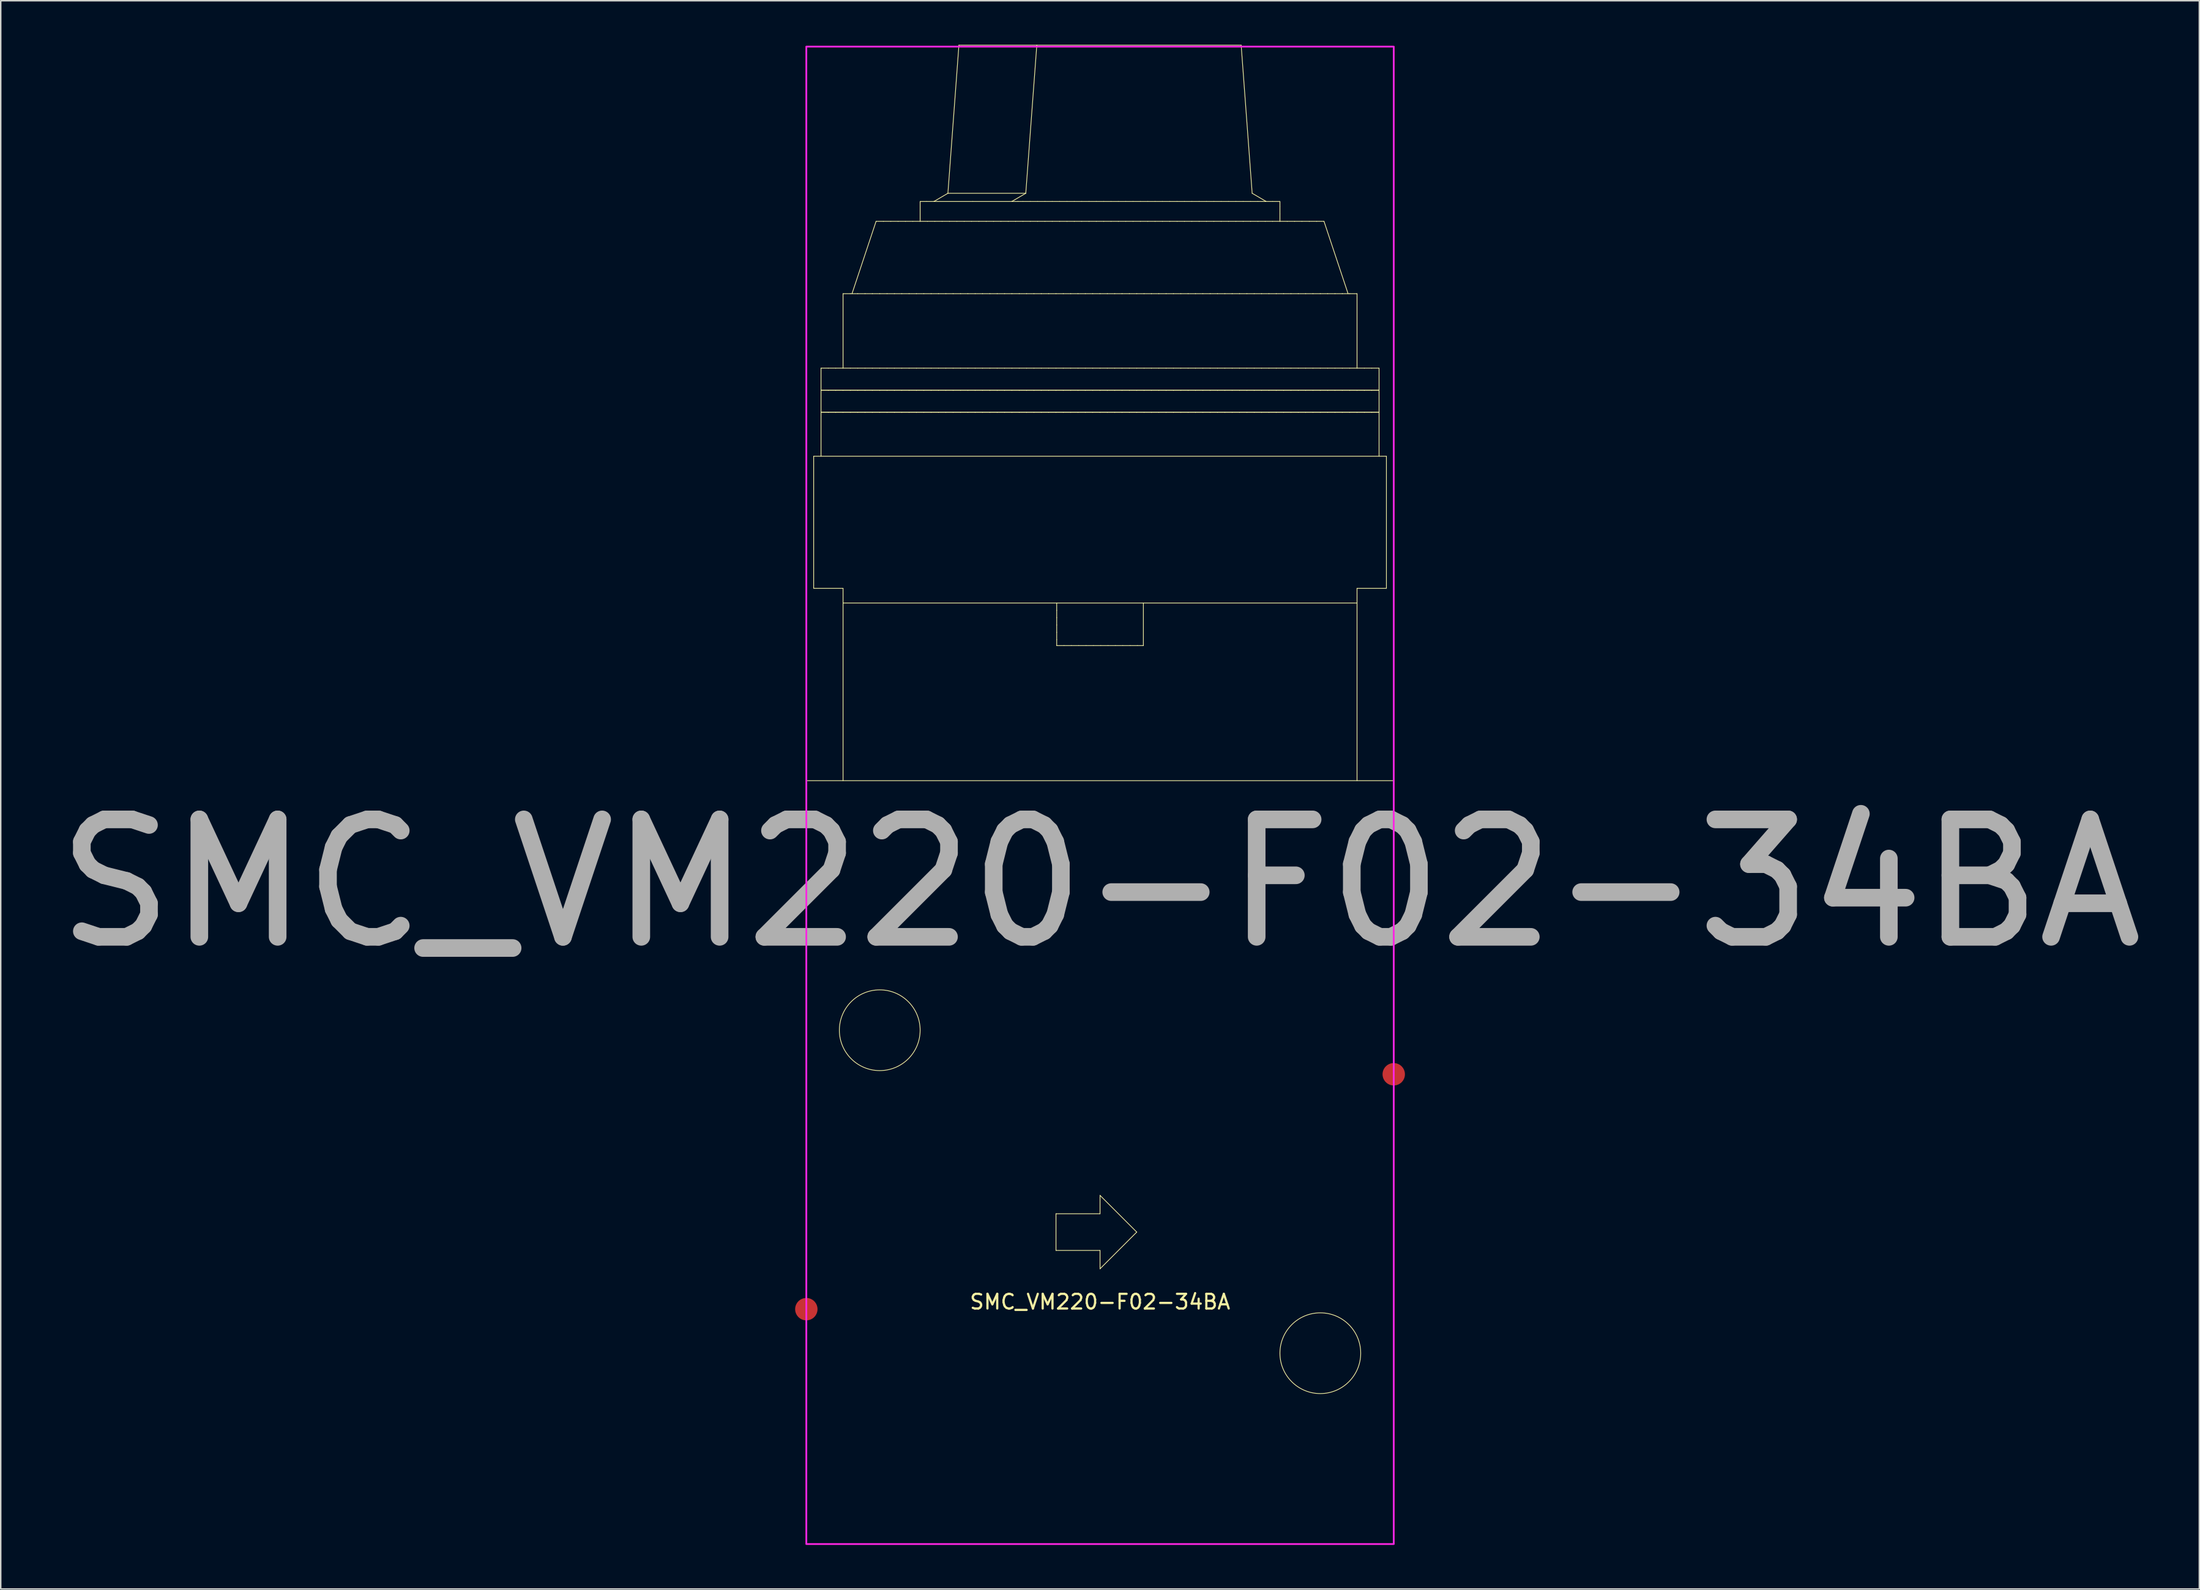
<source format=kicad_pcb>
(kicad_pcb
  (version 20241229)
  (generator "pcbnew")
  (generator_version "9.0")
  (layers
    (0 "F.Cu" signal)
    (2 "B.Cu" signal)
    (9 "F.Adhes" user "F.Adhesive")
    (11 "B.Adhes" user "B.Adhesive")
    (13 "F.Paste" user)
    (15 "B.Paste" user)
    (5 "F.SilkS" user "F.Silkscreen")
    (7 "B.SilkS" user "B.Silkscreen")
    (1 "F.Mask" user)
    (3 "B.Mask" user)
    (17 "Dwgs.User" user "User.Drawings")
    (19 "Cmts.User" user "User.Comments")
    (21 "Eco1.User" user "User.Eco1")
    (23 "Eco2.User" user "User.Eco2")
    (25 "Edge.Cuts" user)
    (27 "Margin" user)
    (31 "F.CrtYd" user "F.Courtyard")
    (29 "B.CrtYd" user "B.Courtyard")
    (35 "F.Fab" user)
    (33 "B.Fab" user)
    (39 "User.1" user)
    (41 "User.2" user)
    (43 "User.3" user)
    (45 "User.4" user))
  (footprint "SMC_VM220-F02-34BA"
    (layer "F.Cu")
    (at 71.857 86.125)
    (property "Reference" "SMC_VM220-F02-34BA" (at 0 -0.5 0) (unlocked yes) (layer "F.SilkS") (effects (font (size 1 1) (thickness 0.15))))
    (fp_line (start -20 -36) (end -20 16) (stroke (width 0.05) (type solid)) (layer "F.SilkS"))
    (fp_line (start -20 16) (end 20 16) (stroke (width 0.05) (type solid)) (layer "F.SilkS"))
    (fp_line (start -19.5 -58.1) (end -19.5 -49.1) (stroke (width 0.05) (type solid)) (layer "F.SilkS"))
    (fp_line (start -19.5 -49.1) (end -17.5 -49.1) (stroke (width 0.05) (type solid)) (layer "F.SilkS"))
    (fp_line (start -19 -62.6) (end -19 -64.1) (stroke (width 0.05) (type solid)) (layer "F.SilkS"))
    (fp_line (start -19 -61.1) (end -19 -62.6) (stroke (width 0.05) (type solid)) (layer "F.SilkS"))
    (fp_line (start -19 -58.1) (end -19 -61.1) (stroke (width 0.05) (type solid)) (layer "F.SilkS"))
    (fp_line (start -18.5 -64.1) (end -19 -64.1) (stroke (width 0.05) (type solid)) (layer "F.SilkS"))
    (fp_line (start -18.5 -62.6) (end -19 -62.6) (stroke (width 0.05) (type solid)) (layer "F.SilkS"))
    (fp_line (start -18.5 -62.6) (end -19 -62.6) (stroke (width 0.05) (type solid)) (layer "F.SilkS"))
    (fp_line (start -18.5 -61.1) (end -19 -61.1) (stroke (width 0.05) (type solid)) (layer "F.SilkS"))
    (fp_line (start -18.5 -61.1) (end -19 -61.1) (stroke (width 0.05) (type solid)) (layer "F.SilkS"))
    (fp_line (start -18 -64.1) (end -18.5 -64.1) (stroke (width 0.05) (type solid)) (layer "F.SilkS"))
    (fp_line (start -18 -62.6) (end -18.5 -62.6) (stroke (width 0.05) (type solid)) (layer "F.SilkS"))
    (fp_line (start -18 -62.6) (end -18.5 -62.6) (stroke (width 0.05) (type solid)) (layer "F.SilkS"))
    (fp_line (start -18 -61.1) (end -18.5 -61.1) (stroke (width 0.05) (type solid)) (layer "F.SilkS"))
    (fp_line (start -18 -61.1) (end -18.5 -61.1) (stroke (width 0.05) (type solid)) (layer "F.SilkS"))
    (fp_line (start -17.5 -64.1) (end -18 -64.1) (stroke (width 0.05) (type solid)) (layer "F.SilkS"))
    (fp_line (start -17.5 -64.1) (end -17.5 -69.17) (stroke (width 0.05) (type solid)) (layer "F.SilkS"))
    (fp_line (start -17.5 -62.6) (end -18 -62.6) (stroke (width 0.05) (type solid)) (layer "F.SilkS"))
    (fp_line (start -17.5 -62.6) (end -18 -62.6) (stroke (width 0.05) (type solid)) (layer "F.SilkS"))
    (fp_line (start -17.5 -61.1) (end -18 -61.1) (stroke (width 0.05) (type solid)) (layer "F.SilkS"))
    (fp_line (start -17.5 -61.1) (end -18 -61.1) (stroke (width 0.05) (type solid)) (layer "F.SilkS"))
    (fp_line (start -17.5 -48.1) (end -17.5 -49.1) (stroke (width 0.05) (type solid)) (layer "F.SilkS"))
    (fp_line (start -17.5 -48.1) (end 17.5 -48.1) (stroke (width 0.05) (type solid)) (layer "F.SilkS"))
    (fp_line (start -17.5 -36) (end -17.5 -48.1) (stroke (width 0.05) (type solid)) (layer "F.SilkS"))
    (fp_line (start -17 -69.17) (end -17.5 -69.17) (stroke (width 0.05) (type solid)) (layer "F.SilkS"))
    (fp_line (start -17 -64.1) (end -17.5 -64.1) (stroke (width 0.05) (type solid)) (layer "F.SilkS"))
    (fp_line (start -17 -62.6) (end -17.5 -62.6) (stroke (width 0.05) (type solid)) (layer "F.SilkS"))
    (fp_line (start -17 -62.6) (end -17.5 -62.6) (stroke (width 0.05) (type solid)) (layer "F.SilkS"))
    (fp_line (start -17 -61.1) (end -17.5 -61.1) (stroke (width 0.05) (type solid)) (layer "F.SilkS"))
    (fp_line (start -17 -61.1) (end -17.5 -61.1) (stroke (width 0.05) (type solid)) (layer "F.SilkS"))
    (fp_line (start -16.5 -69.17) (end -17 -69.17) (stroke (width 0.05) (type solid)) (layer "F.SilkS"))
    (fp_line (start -16.5 -64.1) (end -17 -64.1) (stroke (width 0.05) (type solid)) (layer "F.SilkS"))
    (fp_line (start -16.5 -62.6) (end -17 -62.6) (stroke (width 0.05) (type solid)) (layer "F.SilkS"))
    (fp_line (start -16.5 -62.6) (end -17 -62.6) (stroke (width 0.05) (type solid)) (layer "F.SilkS"))
    (fp_line (start -16.5 -61.1) (end -17 -61.1) (stroke (width 0.05) (type solid)) (layer "F.SilkS"))
    (fp_line (start -16.5 -61.1) (end -17 -61.1) (stroke (width 0.05) (type solid)) (layer "F.SilkS"))
    (fp_line (start -16 -69.17) (end -16.5 -69.17) (stroke (width 0.05) (type solid)) (layer "F.SilkS"))
    (fp_line (start -16 -64.1) (end -16.5 -64.1) (stroke (width 0.05) (type solid)) (layer "F.SilkS"))
    (fp_line (start -16 -62.6) (end -16.5 -62.6) (stroke (width 0.05) (type solid)) (layer "F.SilkS"))
    (fp_line (start -16 -62.6) (end -16.5 -62.6) (stroke (width 0.05) (type solid)) (layer "F.SilkS"))
    (fp_line (start -16 -61.1) (end -16.5 -61.1) (stroke (width 0.05) (type solid)) (layer "F.SilkS"))
    (fp_line (start -16 -61.1) (end -16.5 -61.1) (stroke (width 0.05) (type solid)) (layer "F.SilkS"))
    (fp_line (start -15.5 -69.17) (end -16 -69.17) (stroke (width 0.05) (type solid)) (layer "F.SilkS"))
    (fp_line (start -15.5 -64.1) (end -16 -64.1) (stroke (width 0.05) (type solid)) (layer "F.SilkS"))
    (fp_line (start -15.5 -62.6) (end -16 -62.6) (stroke (width 0.05) (type solid)) (layer "F.SilkS"))
    (fp_line (start -15.5 -62.6) (end -16 -62.6) (stroke (width 0.05) (type solid)) (layer "F.SilkS"))
    (fp_line (start -15.5 -61.1) (end -16 -61.1) (stroke (width 0.05) (type solid)) (layer "F.SilkS"))
    (fp_line (start -15.5 -61.1) (end -16 -61.1) (stroke (width 0.05) (type solid)) (layer "F.SilkS"))
    (fp_line (start -15.25 -74.1) (end -16.89 -69.17) (stroke (width 0.05) (type solid)) (layer "F.SilkS"))
    (fp_line (start -15 -69.17) (end -15.5 -69.17) (stroke (width 0.05) (type solid)) (layer "F.SilkS"))
    (fp_line (start -15 -64.1) (end -15.5 -64.1) (stroke (width 0.05) (type solid)) (layer "F.SilkS"))
    (fp_line (start -15 -62.6) (end -15.5 -62.6) (stroke (width 0.05) (type solid)) (layer "F.SilkS"))
    (fp_line (start -15 -62.6) (end -15.5 -62.6) (stroke (width 0.05) (type solid)) (layer "F.SilkS"))
    (fp_line (start -15 -61.1) (end -15.5 -61.1) (stroke (width 0.05) (type solid)) (layer "F.SilkS"))
    (fp_line (start -15 -61.1) (end -15.5 -61.1) (stroke (width 0.05) (type solid)) (layer "F.SilkS"))
    (fp_line (start -14.75 -74.1) (end -15.25 -74.1) (stroke (width 0.05) (type solid)) (layer "F.SilkS"))
    (fp_line (start -14.5 -69.17) (end -15 -69.17) (stroke (width 0.05) (type solid)) (layer "F.SilkS"))
    (fp_line (start -14.5 -64.1) (end -15 -64.1) (stroke (width 0.05) (type solid)) (layer "F.SilkS"))
    (fp_line (start -14.5 -62.6) (end -15 -62.6) (stroke (width 0.05) (type solid)) (layer "F.SilkS"))
    (fp_line (start -14.5 -62.6) (end -15 -62.6) (stroke (width 0.05) (type solid)) (layer "F.SilkS"))
    (fp_line (start -14.5 -61.1) (end -15 -61.1) (stroke (width 0.05) (type solid)) (layer "F.SilkS"))
    (fp_line (start -14.5 -61.1) (end -15 -61.1) (stroke (width 0.05) (type solid)) (layer "F.SilkS"))
    (fp_line (start -14.25 -74.1) (end -14.75 -74.1) (stroke (width 0.05) (type solid)) (layer "F.SilkS"))
    (fp_line (start -14 -69.17) (end -14.5 -69.17) (stroke (width 0.05) (type solid)) (layer "F.SilkS"))
    (fp_line (start -14 -64.1) (end -14.5 -64.1) (stroke (width 0.05) (type solid)) (layer "F.SilkS"))
    (fp_line (start -14 -62.6) (end -14.5 -62.6) (stroke (width 0.05) (type solid)) (layer "F.SilkS"))
    (fp_line (start -14 -62.6) (end -14.5 -62.6) (stroke (width 0.05) (type solid)) (layer "F.SilkS"))
    (fp_line (start -14 -61.1) (end -14.5 -61.1) (stroke (width 0.05) (type solid)) (layer "F.SilkS"))
    (fp_line (start -14 -61.1) (end -14.5 -61.1) (stroke (width 0.05) (type solid)) (layer "F.SilkS"))
    (fp_line (start -13.75 -74.1) (end -14.25 -74.1) (stroke (width 0.05) (type solid)) (layer "F.SilkS"))
    (fp_line (start -13.5 -69.17) (end -14 -69.17) (stroke (width 0.05) (type solid)) (layer "F.SilkS"))
    (fp_line (start -13.5 -64.1) (end -14 -64.1) (stroke (width 0.05) (type solid)) (layer "F.SilkS"))
    (fp_line (start -13.5 -62.6) (end -14 -62.6) (stroke (width 0.05) (type solid)) (layer "F.SilkS"))
    (fp_line (start -13.5 -62.6) (end -14 -62.6) (stroke (width 0.05) (type solid)) (layer "F.SilkS"))
    (fp_line (start -13.5 -61.1) (end -14 -61.1) (stroke (width 0.05) (type solid)) (layer "F.SilkS"))
    (fp_line (start -13.5 -61.1) (end -14 -61.1) (stroke (width 0.05) (type solid)) (layer "F.SilkS"))
    (fp_line (start -13.25 -74.1) (end -13.75 -74.1) (stroke (width 0.05) (type solid)) (layer "F.SilkS"))
    (fp_line (start -13 -69.17) (end -13.5 -69.17) (stroke (width 0.05) (type solid)) (layer "F.SilkS"))
    (fp_line (start -13 -64.1) (end -13.5 -64.1) (stroke (width 0.05) (type solid)) (layer "F.SilkS"))
    (fp_line (start -13 -62.6) (end -13.5 -62.6) (stroke (width 0.05) (type solid)) (layer "F.SilkS"))
    (fp_line (start -13 -62.6) (end -13.5 -62.6) (stroke (width 0.05) (type solid)) (layer "F.SilkS"))
    (fp_line (start -13 -61.1) (end -13.5 -61.1) (stroke (width 0.05) (type solid)) (layer "F.SilkS"))
    (fp_line (start -13 -61.1) (end -13.5 -61.1) (stroke (width 0.05) (type solid)) (layer "F.SilkS"))
    (fp_line (start -12.75 -74.1) (end -13.25 -74.1) (stroke (width 0.05) (type solid)) (layer "F.SilkS"))
    (fp_line (start -12.5 -69.17) (end -13 -69.17) (stroke (width 0.05) (type solid)) (layer "F.SilkS"))
    (fp_line (start -12.5 -64.1) (end -13 -64.1) (stroke (width 0.05) (type solid)) (layer "F.SilkS"))
    (fp_line (start -12.5 -62.6) (end -13 -62.6) (stroke (width 0.05) (type solid)) (layer "F.SilkS"))
    (fp_line (start -12.5 -62.6) (end -13 -62.6) (stroke (width 0.05) (type solid)) (layer "F.SilkS"))
    (fp_line (start -12.5 -61.1) (end -13 -61.1) (stroke (width 0.05) (type solid)) (layer "F.SilkS"))
    (fp_line (start -12.5 -61.1) (end -13 -61.1) (stroke (width 0.05) (type solid)) (layer "F.SilkS"))
    (fp_line (start -12.25 -74.1) (end -12.75 -74.1) (stroke (width 0.05) (type solid)) (layer "F.SilkS"))
    (fp_line (start -12.25 -74.1) (end -12.25 -75.45) (stroke (width 0.05) (type solid)) (layer "F.SilkS"))
    (fp_line (start -12 -69.17) (end -12.5 -69.17) (stroke (width 0.05) (type solid)) (layer "F.SilkS"))
    (fp_line (start -12 -64.1) (end -12.5 -64.1) (stroke (width 0.05) (type solid)) (layer "F.SilkS"))
    (fp_line (start -12 -62.6) (end -12.5 -62.6) (stroke (width 0.05) (type solid)) (layer "F.SilkS"))
    (fp_line (start -12 -62.6) (end -12.5 -62.6) (stroke (width 0.05) (type solid)) (layer "F.SilkS"))
    (fp_line (start -12 -61.1) (end -12.5 -61.1) (stroke (width 0.05) (type solid)) (layer "F.SilkS"))
    (fp_line (start -12 -61.1) (end -12.5 -61.1) (stroke (width 0.05) (type solid)) (layer "F.SilkS"))
    (fp_line (start -11.814 -75.45) (end -12.25 -75.45) (stroke (width 0.05) (type solid)) (layer "F.SilkS"))
    (fp_line (start -11.75 -74.1) (end -12.25 -74.1) (stroke (width 0.05) (type solid)) (layer "F.SilkS"))
    (fp_line (start -11.5 -69.17) (end -12 -69.17) (stroke (width 0.05) (type solid)) (layer "F.SilkS"))
    (fp_line (start -11.5 -64.1) (end -12 -64.1) (stroke (width 0.05) (type solid)) (layer "F.SilkS"))
    (fp_line (start -11.5 -62.6) (end -12 -62.6) (stroke (width 0.05) (type solid)) (layer "F.SilkS"))
    (fp_line (start -11.5 -62.6) (end -12 -62.6) (stroke (width 0.05) (type solid)) (layer "F.SilkS"))
    (fp_line (start -11.5 -61.1) (end -12 -61.1) (stroke (width 0.05) (type solid)) (layer "F.SilkS"))
    (fp_line (start -11.5 -61.1) (end -12 -61.1) (stroke (width 0.05) (type solid)) (layer "F.SilkS"))
    (fp_line (start -11.314 -75.45) (end -11.814 -75.45) (stroke (width 0.05) (type solid)) (layer "F.SilkS"))
    (fp_line (start -11.25 -74.1) (end -11.75 -74.1) (stroke (width 0.05) (type solid)) (layer "F.SilkS"))
    (fp_line (start -11 -69.17) (end -11.5 -69.17) (stroke (width 0.05) (type solid)) (layer "F.SilkS"))
    (fp_line (start -11 -64.1) (end -11.5 -64.1) (stroke (width 0.05) (type solid)) (layer "F.SilkS"))
    (fp_line (start -11 -62.6) (end -11.5 -62.6) (stroke (width 0.05) (type solid)) (layer "F.SilkS"))
    (fp_line (start -11 -62.6) (end -11.5 -62.6) (stroke (width 0.05) (type solid)) (layer "F.SilkS"))
    (fp_line (start -11 -61.1) (end -11.5 -61.1) (stroke (width 0.05) (type solid)) (layer "F.SilkS"))
    (fp_line (start -11 -61.1) (end -11.5 -61.1) (stroke (width 0.05) (type solid)) (layer "F.SilkS"))
    (fp_line (start -10.75 -74.1) (end -11.25 -74.1) (stroke (width 0.05) (type solid)) (layer "F.SilkS"))
    (fp_line (start -10.5 -69.17) (end -11 -69.17) (stroke (width 0.05) (type solid)) (layer "F.SilkS"))
    (fp_line (start -10.5 -64.1) (end -11 -64.1) (stroke (width 0.05) (type solid)) (layer "F.SilkS"))
    (fp_line (start -10.5 -62.6) (end -11 -62.6) (stroke (width 0.05) (type solid)) (layer "F.SilkS"))
    (fp_line (start -10.5 -62.6) (end -11 -62.6) (stroke (width 0.05) (type solid)) (layer "F.SilkS"))
    (fp_line (start -10.5 -61.1) (end -11 -61.1) (stroke (width 0.05) (type solid)) (layer "F.SilkS"))
    (fp_line (start -10.5 -61.1) (end -11 -61.1) (stroke (width 0.05) (type solid)) (layer "F.SilkS"))
    (fp_line (start -10.359 -76.01) (end -11.314 -75.45) (stroke (width 0.05) (type solid)) (layer "F.SilkS"))
    (fp_line (start -10.25 -74.1) (end -10.75 -74.1) (stroke (width 0.05) (type solid)) (layer "F.SilkS"))
    (fp_line (start -10 -69.17) (end -10.5 -69.17) (stroke (width 0.05) (type solid)) (layer "F.SilkS"))
    (fp_line (start -10 -64.1) (end -10.5 -64.1) (stroke (width 0.05) (type solid)) (layer "F.SilkS"))
    (fp_line (start -10 -62.6) (end -10.5 -62.6) (stroke (width 0.05) (type solid)) (layer "F.SilkS"))
    (fp_line (start -10 -62.6) (end -10.5 -62.6) (stroke (width 0.05) (type solid)) (layer "F.SilkS"))
    (fp_line (start -10 -61.1) (end -10.5 -61.1) (stroke (width 0.05) (type solid)) (layer "F.SilkS"))
    (fp_line (start -10 -61.1) (end -10.5 -61.1) (stroke (width 0.05) (type solid)) (layer "F.SilkS"))
    (fp_line (start -9.75 -74.1) (end -10.25 -74.1) (stroke (width 0.05) (type solid)) (layer "F.SilkS"))
    (fp_line (start -9.61 -86.1) (end -10.359 -76.01) (stroke (width 0.05) (type solid)) (layer "F.SilkS"))
    (fp_line (start -9.5 -69.17) (end -10 -69.17) (stroke (width 0.05) (type solid)) (layer "F.SilkS"))
    (fp_line (start -9.5 -64.1) (end -10 -64.1) (stroke (width 0.05) (type solid)) (layer "F.SilkS"))
    (fp_line (start -9.5 -62.6) (end -10 -62.6) (stroke (width 0.05) (type solid)) (layer "F.SilkS"))
    (fp_line (start -9.5 -62.6) (end -10 -62.6) (stroke (width 0.05) (type solid)) (layer "F.SilkS"))
    (fp_line (start -9.5 -61.1) (end -10 -61.1) (stroke (width 0.05) (type solid)) (layer "F.SilkS"))
    (fp_line (start -9.5 -61.1) (end -10 -61.1) (stroke (width 0.05) (type solid)) (layer "F.SilkS"))
    (fp_line (start -9.25 -74.1) (end -9.75 -74.1) (stroke (width 0.05) (type solid)) (layer "F.SilkS"))
    (fp_line (start -9 -69.17) (end -9.5 -69.17) (stroke (width 0.05) (type solid)) (layer "F.SilkS"))
    (fp_line (start -9 -64.1) (end -9.5 -64.1) (stroke (width 0.05) (type solid)) (layer "F.SilkS"))
    (fp_line (start -9 -62.6) (end -9.5 -62.6) (stroke (width 0.05) (type solid)) (layer "F.SilkS"))
    (fp_line (start -9 -62.6) (end -9.5 -62.6) (stroke (width 0.05) (type solid)) (layer "F.SilkS"))
    (fp_line (start -9 -61.1) (end -9.5 -61.1) (stroke (width 0.05) (type solid)) (layer "F.SilkS"))
    (fp_line (start -9 -61.1) (end -9.5 -61.1) (stroke (width 0.05) (type solid)) (layer "F.SilkS"))
    (fp_line (start -8.75 -74.1) (end -9.25 -74.1) (stroke (width 0.05) (type solid)) (layer "F.SilkS"))
    (fp_line (start -8.662 -75.45) (end -11.314 -75.45) (stroke (width 0.05) (type solid)) (layer "F.SilkS"))
    (fp_line (start -8.5 -69.17) (end -9 -69.17) (stroke (width 0.05) (type solid)) (layer "F.SilkS"))
    (fp_line (start -8.5 -64.1) (end -9 -64.1) (stroke (width 0.05) (type solid)) (layer "F.SilkS"))
    (fp_line (start -8.5 -62.6) (end -9 -62.6) (stroke (width 0.05) (type solid)) (layer "F.SilkS"))
    (fp_line (start -8.5 -62.6) (end -9 -62.6) (stroke (width 0.05) (type solid)) (layer "F.SilkS"))
    (fp_line (start -8.5 -61.1) (end -9 -61.1) (stroke (width 0.05) (type solid)) (layer "F.SilkS"))
    (fp_line (start -8.5 -61.1) (end -9 -61.1) (stroke (width 0.05) (type solid)) (layer "F.SilkS"))
    (fp_line (start -8.25 -74.1) (end -8.75 -74.1) (stroke (width 0.05) (type solid)) (layer "F.SilkS"))
    (fp_line (start -8 -69.17) (end -8.5 -69.17) (stroke (width 0.05) (type solid)) (layer "F.SilkS"))
    (fp_line (start -8 -64.1) (end -8.5 -64.1) (stroke (width 0.05) (type solid)) (layer "F.SilkS"))
    (fp_line (start -8 -62.6) (end -8.5 -62.6) (stroke (width 0.05) (type solid)) (layer "F.SilkS"))
    (fp_line (start -8 -62.6) (end -8.5 -62.6) (stroke (width 0.05) (type solid)) (layer "F.SilkS"))
    (fp_line (start -8 -61.1) (end -8.5 -61.1) (stroke (width 0.05) (type solid)) (layer "F.SilkS"))
    (fp_line (start -8 -61.1) (end -8.5 -61.1) (stroke (width 0.05) (type solid)) (layer "F.SilkS"))
    (fp_line (start -7.75 -74.1) (end -8.25 -74.1) (stroke (width 0.05) (type solid)) (layer "F.SilkS"))
    (fp_line (start -7.5 -69.17) (end -8 -69.17) (stroke (width 0.05) (type solid)) (layer "F.SilkS"))
    (fp_line (start -7.5 -64.1) (end -8 -64.1) (stroke (width 0.05) (type solid)) (layer "F.SilkS"))
    (fp_line (start -7.5 -62.6) (end -8 -62.6) (stroke (width 0.05) (type solid)) (layer "F.SilkS"))
    (fp_line (start -7.5 -62.6) (end -8 -62.6) (stroke (width 0.05) (type solid)) (layer "F.SilkS"))
    (fp_line (start -7.5 -61.1) (end -8 -61.1) (stroke (width 0.05) (type solid)) (layer "F.SilkS"))
    (fp_line (start -7.5 -61.1) (end -8 -61.1) (stroke (width 0.05) (type solid)) (layer "F.SilkS"))
    (fp_line (start -7.25 -74.1) (end -7.75 -74.1) (stroke (width 0.05) (type solid)) (layer "F.SilkS"))
    (fp_line (start -7 -69.17) (end -7.5 -69.17) (stroke (width 0.05) (type solid)) (layer "F.SilkS"))
    (fp_line (start -7 -64.1) (end -7.5 -64.1) (stroke (width 0.05) (type solid)) (layer "F.SilkS"))
    (fp_line (start -7 -62.6) (end -7.5 -62.6) (stroke (width 0.05) (type solid)) (layer "F.SilkS"))
    (fp_line (start -7 -62.6) (end -7.5 -62.6) (stroke (width 0.05) (type solid)) (layer "F.SilkS"))
    (fp_line (start -7 -61.1) (end -7.5 -61.1) (stroke (width 0.05) (type solid)) (layer "F.SilkS"))
    (fp_line (start -7 -61.1) (end -7.5 -61.1) (stroke (width 0.05) (type solid)) (layer "F.SilkS"))
    (fp_line (start -6.75 -74.1) (end -7.25 -74.1) (stroke (width 0.05) (type solid)) (layer "F.SilkS"))
    (fp_line (start -6.5 -69.17) (end -7 -69.17) (stroke (width 0.05) (type solid)) (layer "F.SilkS"))
    (fp_line (start -6.5 -64.1) (end -7 -64.1) (stroke (width 0.05) (type solid)) (layer "F.SilkS"))
    (fp_line (start -6.5 -62.6) (end -7 -62.6) (stroke (width 0.05) (type solid)) (layer "F.SilkS"))
    (fp_line (start -6.5 -62.6) (end -7 -62.6) (stroke (width 0.05) (type solid)) (layer "F.SilkS"))
    (fp_line (start -6.5 -61.1) (end -7 -61.1) (stroke (width 0.05) (type solid)) (layer "F.SilkS"))
    (fp_line (start -6.5 -61.1) (end -7 -61.1) (stroke (width 0.05) (type solid)) (layer "F.SilkS"))
    (fp_line (start -6.25 -74.1) (end -6.75 -74.1) (stroke (width 0.05) (type solid)) (layer "F.SilkS"))
    (fp_line (start -6.01 -75.45) (end -8.662 -75.45) (stroke (width 0.05) (type solid)) (layer "F.SilkS"))
    (fp_line (start -6.01 -75.45) (end -5.595 -75.45) (stroke (width 0.05) (type solid)) (layer "F.SilkS"))
    (fp_line (start -6 -69.17) (end -6.5 -69.17) (stroke (width 0.05) (type solid)) (layer "F.SilkS"))
    (fp_line (start -6 -64.1) (end -6.5 -64.1) (stroke (width 0.05) (type solid)) (layer "F.SilkS"))
    (fp_line (start -6 -62.6) (end -6.5 -62.6) (stroke (width 0.05) (type solid)) (layer "F.SilkS"))
    (fp_line (start -6 -62.6) (end -6.5 -62.6) (stroke (width 0.05) (type solid)) (layer "F.SilkS"))
    (fp_line (start -6 -61.1) (end -6.5 -61.1) (stroke (width 0.05) (type solid)) (layer "F.SilkS"))
    (fp_line (start -6 -61.1) (end -6.5 -61.1) (stroke (width 0.05) (type solid)) (layer "F.SilkS"))
    (fp_line (start -5.75 -74.1) (end -6.25 -74.1) (stroke (width 0.05) (type solid)) (layer "F.SilkS"))
    (fp_line (start -5.5 -69.17) (end -6 -69.17) (stroke (width 0.05) (type solid)) (layer "F.SilkS"))
    (fp_line (start -5.5 -64.1) (end -6 -64.1) (stroke (width 0.05) (type solid)) (layer "F.SilkS"))
    (fp_line (start -5.5 -62.6) (end -6 -62.6) (stroke (width 0.05) (type solid)) (layer "F.SilkS"))
    (fp_line (start -5.5 -62.6) (end -6 -62.6) (stroke (width 0.05) (type solid)) (layer "F.SilkS"))
    (fp_line (start -5.5 -61.1) (end -6 -61.1) (stroke (width 0.05) (type solid)) (layer "F.SilkS"))
    (fp_line (start -5.5 -61.1) (end -6 -61.1) (stroke (width 0.05) (type solid)) (layer "F.SilkS"))
    (fp_line (start -5.25 -75.45) (end -5.595 -75.45) (stroke (width 0.05) (type solid)) (layer "F.SilkS"))
    (fp_line (start -5.25 -74.1) (end -5.75 -74.1) (stroke (width 0.05) (type solid)) (layer "F.SilkS"))
    (fp_line (start -5.056 -76.01) (end -10.359 -76.01) (stroke (width 0.05) (type solid)) (layer "F.SilkS"))
    (fp_line (start -5.056 -76.01) (end -6.01 -75.45) (stroke (width 0.05) (type solid)) (layer "F.SilkS"))
    (fp_line (start -5 -69.17) (end -5.5 -69.17) (stroke (width 0.05) (type solid)) (layer "F.SilkS"))
    (fp_line (start -5 -64.1) (end -5.5 -64.1) (stroke (width 0.05) (type solid)) (layer "F.SilkS"))
    (fp_line (start -5 -62.6) (end -5.5 -62.6) (stroke (width 0.05) (type solid)) (layer "F.SilkS"))
    (fp_line (start -5 -62.6) (end -5.5 -62.6) (stroke (width 0.05) (type solid)) (layer "F.SilkS"))
    (fp_line (start -5 -61.1) (end -5.5 -61.1) (stroke (width 0.05) (type solid)) (layer "F.SilkS"))
    (fp_line (start -5 -61.1) (end -5.5 -61.1) (stroke (width 0.05) (type solid)) (layer "F.SilkS"))
    (fp_line (start -4.75 -75.45) (end -5.25 -75.45) (stroke (width 0.05) (type solid)) (layer "F.SilkS"))
    (fp_line (start -4.75 -74.1) (end -5.25 -74.1) (stroke (width 0.05) (type solid)) (layer "F.SilkS"))
    (fp_line (start -4.5 -69.17) (end -5 -69.17) (stroke (width 0.05) (type solid)) (layer "F.SilkS"))
    (fp_line (start -4.5 -64.1) (end -5 -64.1) (stroke (width 0.05) (type solid)) (layer "F.SilkS"))
    (fp_line (start -4.5 -62.6) (end -5 -62.6) (stroke (width 0.05) (type solid)) (layer "F.SilkS"))
    (fp_line (start -4.5 -62.6) (end -5 -62.6) (stroke (width 0.05) (type solid)) (layer "F.SilkS"))
    (fp_line (start -4.5 -61.1) (end -5 -61.1) (stroke (width 0.05) (type solid)) (layer "F.SilkS"))
    (fp_line (start -4.5 -61.1) (end -5 -61.1) (stroke (width 0.05) (type solid)) (layer "F.SilkS"))
    (fp_line (start -4.306 -86.1) (end -9.61 -86.1) (stroke (width 0.05) (type solid)) (layer "F.SilkS"))
    (fp_line (start -4.306 -86.1) (end -5.056 -76.01) (stroke (width 0.05) (type solid)) (layer "F.SilkS"))
    (fp_line (start -4.25 -75.45) (end -4.75 -75.45) (stroke (width 0.05) (type solid)) (layer "F.SilkS"))
    (fp_line (start -4.25 -74.1) (end -4.75 -74.1) (stroke (width 0.05) (type solid)) (layer "F.SilkS"))
    (fp_line (start -4 -69.17) (end -4.5 -69.17) (stroke (width 0.05) (type solid)) (layer "F.SilkS"))
    (fp_line (start -4 -64.1) (end -4.5 -64.1) (stroke (width 0.05) (type solid)) (layer "F.SilkS"))
    (fp_line (start -4 -62.6) (end -4.5 -62.6) (stroke (width 0.05) (type solid)) (layer "F.SilkS"))
    (fp_line (start -4 -62.6) (end -4.5 -62.6) (stroke (width 0.05) (type solid)) (layer "F.SilkS"))
    (fp_line (start -4 -61.1) (end -4.5 -61.1) (stroke (width 0.05) (type solid)) (layer "F.SilkS"))
    (fp_line (start -4 -61.1) (end -4.5 -61.1) (stroke (width 0.05) (type solid)) (layer "F.SilkS"))
    (fp_line (start -3.75 -75.45) (end -4.25 -75.45) (stroke (width 0.05) (type solid)) (layer "F.SilkS"))
    (fp_line (start -3.75 -74.1) (end -4.25 -74.1) (stroke (width 0.05) (type solid)) (layer "F.SilkS"))
    (fp_line (start -3.5 -69.17) (end -4 -69.17) (stroke (width 0.05) (type solid)) (layer "F.SilkS"))
    (fp_line (start -3.5 -64.1) (end -4 -64.1) (stroke (width 0.05) (type solid)) (layer "F.SilkS"))
    (fp_line (start -3.5 -62.6) (end -4 -62.6) (stroke (width 0.05) (type solid)) (layer "F.SilkS"))
    (fp_line (start -3.5 -62.6) (end -4 -62.6) (stroke (width 0.05) (type solid)) (layer "F.SilkS"))
    (fp_line (start -3.5 -61.1) (end -4 -61.1) (stroke (width 0.05) (type solid)) (layer "F.SilkS"))
    (fp_line (start -3.5 -61.1) (end -4 -61.1) (stroke (width 0.05) (type solid)) (layer "F.SilkS"))
    (fp_line (start -3.25 -75.45) (end -3.75 -75.45) (stroke (width 0.05) (type solid)) (layer "F.SilkS"))
    (fp_line (start -3.25 -74.1) (end -3.75 -74.1) (stroke (width 0.05) (type solid)) (layer "F.SilkS"))
    (fp_line (start -3 -69.17) (end -3.5 -69.17) (stroke (width 0.05) (type solid)) (layer "F.SilkS"))
    (fp_line (start -3 -64.1) (end -3.5 -64.1) (stroke (width 0.05) (type solid)) (layer "F.SilkS"))
    (fp_line (start -3 -62.6) (end -3.5 -62.6) (stroke (width 0.05) (type solid)) (layer "F.SilkS"))
    (fp_line (start -3 -62.6) (end -3.5 -62.6) (stroke (width 0.05) (type solid)) (layer "F.SilkS"))
    (fp_line (start -3 -61.1) (end -3.5 -61.1) (stroke (width 0.05) (type solid)) (layer "F.SilkS"))
    (fp_line (start -3 -61.1) (end -3.5 -61.1) (stroke (width 0.05) (type solid)) (layer "F.SilkS"))
    (fp_line (start -3 -6.5) (end -3 -4) (stroke (width 0.05) (type solid)) (layer "F.SilkS"))
    (fp_line (start -3 -4) (end 0 -4) (stroke (width 0.05) (type solid)) (layer "F.SilkS"))
    (fp_line (start -2.95 -48.1) (end -2.95 -47.6) (stroke (width 0.05) (type solid)) (layer "F.SilkS"))
    (fp_line (start -2.95 -47.6) (end -2.95 -47.1) (stroke (width 0.05) (type solid)) (layer "F.SilkS"))
    (fp_line (start -2.95 -47.1) (end -2.95 -46.6) (stroke (width 0.05) (type solid)) (layer "F.SilkS"))
    (fp_line (start -2.95 -46.6) (end -2.95 -46.1) (stroke (width 0.05) (type solid)) (layer "F.SilkS"))
    (fp_line (start -2.95 -46.1) (end -2.95 -45.6) (stroke (width 0.05) (type solid)) (layer "F.SilkS"))
    (fp_line (start -2.95 -45.6) (end -2.95 -45.2) (stroke (width 0.05) (type solid)) (layer "F.SilkS"))
    (fp_line (start -2.95 -45.2) (end -2.45 -45.2) (stroke (width 0.05) (type solid)) (layer "F.SilkS"))
    (fp_line (start -2.75 -75.45) (end -3.25 -75.45) (stroke (width 0.05) (type solid)) (layer "F.SilkS"))
    (fp_line (start -2.75 -74.1) (end -3.25 -74.1) (stroke (width 0.05) (type solid)) (layer "F.SilkS"))
    (fp_line (start -2.5 -69.17) (end -3 -69.17) (stroke (width 0.05) (type solid)) (layer "F.SilkS"))
    (fp_line (start -2.5 -64.1) (end -3 -64.1) (stroke (width 0.05) (type solid)) (layer "F.SilkS"))
    (fp_line (start -2.5 -62.6) (end -3 -62.6) (stroke (width 0.05) (type solid)) (layer "F.SilkS"))
    (fp_line (start -2.5 -62.6) (end -3 -62.6) (stroke (width 0.05) (type solid)) (layer "F.SilkS"))
    (fp_line (start -2.5 -61.1) (end -3 -61.1) (stroke (width 0.05) (type solid)) (layer "F.SilkS"))
    (fp_line (start -2.5 -61.1) (end -3 -61.1) (stroke (width 0.05) (type solid)) (layer "F.SilkS"))
    (fp_line (start -2.45 -45.2) (end -1.95 -45.2) (stroke (width 0.05) (type solid)) (layer "F.SilkS"))
    (fp_line (start -2.25 -75.45) (end -2.75 -75.45) (stroke (width 0.05) (type solid)) (layer "F.SilkS"))
    (fp_line (start -2.25 -74.1) (end -2.75 -74.1) (stroke (width 0.05) (type solid)) (layer "F.SilkS"))
    (fp_line (start -2 -69.17) (end -2.5 -69.17) (stroke (width 0.05) (type solid)) (layer "F.SilkS"))
    (fp_line (start -2 -64.1) (end -2.5 -64.1) (stroke (width 0.05) (type solid)) (layer "F.SilkS"))
    (fp_line (start -2 -62.6) (end -2.5 -62.6) (stroke (width 0.05) (type solid)) (layer "F.SilkS"))
    (fp_line (start -2 -62.6) (end -2.5 -62.6) (stroke (width 0.05) (type solid)) (layer "F.SilkS"))
    (fp_line (start -2 -61.1) (end -2.5 -61.1) (stroke (width 0.05) (type solid)) (layer "F.SilkS"))
    (fp_line (start -2 -61.1) (end -2.5 -61.1) (stroke (width 0.05) (type solid)) (layer "F.SilkS"))
    (fp_line (start -1.95 -45.2) (end -1.45 -45.2) (stroke (width 0.05) (type solid)) (layer "F.SilkS"))
    (fp_line (start -1.75 -75.45) (end -2.25 -75.45) (stroke (width 0.05) (type solid)) (layer "F.SilkS"))
    (fp_line (start -1.75 -74.1) (end -2.25 -74.1) (stroke (width 0.05) (type solid)) (layer "F.SilkS"))
    (fp_line (start -1.5 -69.17) (end -2 -69.17) (stroke (width 0.05) (type solid)) (layer "F.SilkS"))
    (fp_line (start -1.5 -64.1) (end -2 -64.1) (stroke (width 0.05) (type solid)) (layer "F.SilkS"))
    (fp_line (start -1.5 -62.6) (end -2 -62.6) (stroke (width 0.05) (type solid)) (layer "F.SilkS"))
    (fp_line (start -1.5 -62.6) (end -2 -62.6) (stroke (width 0.05) (type solid)) (layer "F.SilkS"))
    (fp_line (start -1.5 -61.1) (end -2 -61.1) (stroke (width 0.05) (type solid)) (layer "F.SilkS"))
    (fp_line (start -1.5 -61.1) (end -2 -61.1) (stroke (width 0.05) (type solid)) (layer "F.SilkS"))
    (fp_line (start -1.45 -45.2) (end -0.95 -45.2) (stroke (width 0.05) (type solid)) (layer "F.SilkS"))
    (fp_line (start -1.25 -75.45) (end -1.75 -75.45) (stroke (width 0.05) (type solid)) (layer "F.SilkS"))
    (fp_line (start -1.25 -74.1) (end -1.75 -74.1) (stroke (width 0.05) (type solid)) (layer "F.SilkS"))
    (fp_line (start -1 -69.17) (end -1.5 -69.17) (stroke (width 0.05) (type solid)) (layer "F.SilkS"))
    (fp_line (start -1 -64.1) (end -1.5 -64.1) (stroke (width 0.05) (type solid)) (layer "F.SilkS"))
    (fp_line (start -1 -62.6) (end -1.5 -62.6) (stroke (width 0.05) (type solid)) (layer "F.SilkS"))
    (fp_line (start -1 -62.6) (end -1.5 -62.6) (stroke (width 0.05) (type solid)) (layer "F.SilkS"))
    (fp_line (start -1 -61.1) (end -1.5 -61.1) (stroke (width 0.05) (type solid)) (layer "F.SilkS"))
    (fp_line (start -1 -61.1) (end -1.5 -61.1) (stroke (width 0.05) (type solid)) (layer "F.SilkS"))
    (fp_line (start -0.95 -45.2) (end -0.45 -45.2) (stroke (width 0.05) (type solid)) (layer "F.SilkS"))
    (fp_line (start -0.75 -75.45) (end -1.25 -75.45) (stroke (width 0.05) (type solid)) (layer "F.SilkS"))
    (fp_line (start -0.75 -74.1) (end -1.25 -74.1) (stroke (width 0.05) (type solid)) (layer "F.SilkS"))
    (fp_line (start -0.5 -69.17) (end -1 -69.17) (stroke (width 0.05) (type solid)) (layer "F.SilkS"))
    (fp_line (start -0.5 -64.1) (end -1 -64.1) (stroke (width 0.05) (type solid)) (layer "F.SilkS"))
    (fp_line (start -0.5 -62.6) (end -1 -62.6) (stroke (width 0.05) (type solid)) (layer "F.SilkS"))
    (fp_line (start -0.5 -62.6) (end -1 -62.6) (stroke (width 0.05) (type solid)) (layer "F.SilkS"))
    (fp_line (start -0.5 -61.1) (end -1 -61.1) (stroke (width 0.05) (type solid)) (layer "F.SilkS"))
    (fp_line (start -0.5 -61.1) (end -1 -61.1) (stroke (width 0.05) (type solid)) (layer "F.SilkS"))
    (fp_line (start -0.45 -45.2) (end 0.05 -45.2) (stroke (width 0.05) (type solid)) (layer "F.SilkS"))
    (fp_line (start -0.25 -75.45) (end -0.75 -75.45) (stroke (width 0.05) (type solid)) (layer "F.SilkS"))
    (fp_line (start -0.25 -74.1) (end -0.75 -74.1) (stroke (width 0.05) (type solid)) (layer "F.SilkS"))
    (fp_line (start 0 -69.17) (end -0.5 -69.17) (stroke (width 0.05) (type solid)) (layer "F.SilkS"))
    (fp_line (start 0 -64.1) (end -0.5 -64.1) (stroke (width 0.05) (type solid)) (layer "F.SilkS"))
    (fp_line (start 0 -62.6) (end -0.5 -62.6) (stroke (width 0.05) (type solid)) (layer "F.SilkS"))
    (fp_line (start 0 -62.6) (end -0.5 -62.6) (stroke (width 0.05) (type solid)) (layer "F.SilkS"))
    (fp_line (start 0 -61.1) (end -0.5 -61.1) (stroke (width 0.05) (type solid)) (layer "F.SilkS"))
    (fp_line (start 0 -61.1) (end -0.5 -61.1) (stroke (width 0.05) (type solid)) (layer "F.SilkS"))
    (fp_line (start 0 -7.75) (end 0 -6.5) (stroke (width 0.05) (type solid)) (layer "F.SilkS"))
    (fp_line (start 0 -6.5) (end -3 -6.5) (stroke (width 0.05) (type solid)) (layer "F.SilkS"))
    (fp_line (start 0 -4) (end 0 -2.75) (stroke (width 0.05) (type solid)) (layer "F.SilkS"))
    (fp_line (start 0 -2.75) (end 2.5 -5.25) (stroke (width 0.05) (type solid)) (layer "F.SilkS"))
    (fp_line (start 0.05 -45.2) (end 0.55 -45.2) (stroke (width 0.05) (type solid)) (layer "F.SilkS"))
    (fp_line (start 0.25 -75.45) (end -0.25 -75.45) (stroke (width 0.05) (type solid)) (layer "F.SilkS"))
    (fp_line (start 0.25 -74.1) (end -0.25 -74.1) (stroke (width 0.05) (type solid)) (layer "F.SilkS"))
    (fp_line (start 0.5 -69.17) (end 0 -69.17) (stroke (width 0.05) (type solid)) (layer "F.SilkS"))
    (fp_line (start 0.5 -64.1) (end 0 -64.1) (stroke (width 0.05) (type solid)) (layer "F.SilkS"))
    (fp_line (start 0.5 -62.6) (end 0 -62.6) (stroke (width 0.05) (type solid)) (layer "F.SilkS"))
    (fp_line (start 0.5 -62.6) (end 0 -62.6) (stroke (width 0.05) (type solid)) (layer "F.SilkS"))
    (fp_line (start 0.5 -61.1) (end 0 -61.1) (stroke (width 0.05) (type solid)) (layer "F.SilkS"))
    (fp_line (start 0.5 -61.1) (end 0 -61.1) (stroke (width 0.05) (type solid)) (layer "F.SilkS"))
    (fp_line (start 0.55 -45.2) (end 1.05 -45.2) (stroke (width 0.05) (type solid)) (layer "F.SilkS"))
    (fp_line (start 0.75 -75.45) (end 0.25 -75.45) (stroke (width 0.05) (type solid)) (layer "F.SilkS"))
    (fp_line (start 0.75 -74.1) (end 0.25 -74.1) (stroke (width 0.05) (type solid)) (layer "F.SilkS"))
    (fp_line (start 1 -69.17) (end 0.5 -69.17) (stroke (width 0.05) (type solid)) (layer "F.SilkS"))
    (fp_line (start 1 -64.1) (end 0.5 -64.1) (stroke (width 0.05) (type solid)) (layer "F.SilkS"))
    (fp_line (start 1 -62.6) (end 0.5 -62.6) (stroke (width 0.05) (type solid)) (layer "F.SilkS"))
    (fp_line (start 1 -62.6) (end 0.5 -62.6) (stroke (width 0.05) (type solid)) (layer "F.SilkS"))
    (fp_line (start 1 -61.1) (end 0.5 -61.1) (stroke (width 0.05) (type solid)) (layer "F.SilkS"))
    (fp_line (start 1 -61.1) (end 0.5 -61.1) (stroke (width 0.05) (type solid)) (layer "F.SilkS"))
    (fp_line (start 1.05 -45.2) (end 1.55 -45.2) (stroke (width 0.05) (type solid)) (layer "F.SilkS"))
    (fp_line (start 1.25 -75.45) (end 0.75 -75.45) (stroke (width 0.05) (type solid)) (layer "F.SilkS"))
    (fp_line (start 1.25 -74.1) (end 0.75 -74.1) (stroke (width 0.05) (type solid)) (layer "F.SilkS"))
    (fp_line (start 1.5 -69.17) (end 1 -69.17) (stroke (width 0.05) (type solid)) (layer "F.SilkS"))
    (fp_line (start 1.5 -64.1) (end 1 -64.1) (stroke (width 0.05) (type solid)) (layer "F.SilkS"))
    (fp_line (start 1.5 -62.6) (end 1 -62.6) (stroke (width 0.05) (type solid)) (layer "F.SilkS"))
    (fp_line (start 1.5 -62.6) (end 1 -62.6) (stroke (width 0.05) (type solid)) (layer "F.SilkS"))
    (fp_line (start 1.5 -61.1) (end 1 -61.1) (stroke (width 0.05) (type solid)) (layer "F.SilkS"))
    (fp_line (start 1.5 -61.1) (end 1 -61.1) (stroke (width 0.05) (type solid)) (layer "F.SilkS"))
    (fp_line (start 1.55 -45.2) (end 2.05 -45.2) (stroke (width 0.05) (type solid)) (layer "F.SilkS"))
    (fp_line (start 1.75 -75.45) (end 1.25 -75.45) (stroke (width 0.05) (type solid)) (layer "F.SilkS"))
    (fp_line (start 1.75 -74.1) (end 1.25 -74.1) (stroke (width 0.05) (type solid)) (layer "F.SilkS"))
    (fp_line (start 2 -69.17) (end 1.5 -69.17) (stroke (width 0.05) (type solid)) (layer "F.SilkS"))
    (fp_line (start 2 -64.1) (end 1.5 -64.1) (stroke (width 0.05) (type solid)) (layer "F.SilkS"))
    (fp_line (start 2 -62.6) (end 1.5 -62.6) (stroke (width 0.05) (type solid)) (layer "F.SilkS"))
    (fp_line (start 2 -62.6) (end 1.5 -62.6) (stroke (width 0.05) (type solid)) (layer "F.SilkS"))
    (fp_line (start 2 -61.1) (end 1.5 -61.1) (stroke (width 0.05) (type solid)) (layer "F.SilkS"))
    (fp_line (start 2 -61.1) (end 1.5 -61.1) (stroke (width 0.05) (type solid)) (layer "F.SilkS"))
    (fp_line (start 2.05 -45.2) (end 2.55 -45.2) (stroke (width 0.05) (type solid)) (layer "F.SilkS"))
    (fp_line (start 2.25 -75.45) (end 1.75 -75.45) (stroke (width 0.05) (type solid)) (layer "F.SilkS"))
    (fp_line (start 2.25 -74.1) (end 1.75 -74.1) (stroke (width 0.05) (type solid)) (layer "F.SilkS"))
    (fp_line (start 2.5 -69.17) (end 2 -69.17) (stroke (width 0.05) (type solid)) (layer "F.SilkS"))
    (fp_line (start 2.5 -64.1) (end 2 -64.1) (stroke (width 0.05) (type solid)) (layer "F.SilkS"))
    (fp_line (start 2.5 -62.6) (end 2 -62.6) (stroke (width 0.05) (type solid)) (layer "F.SilkS"))
    (fp_line (start 2.5 -62.6) (end 2 -62.6) (stroke (width 0.05) (type solid)) (layer "F.SilkS"))
    (fp_line (start 2.5 -61.1) (end 2 -61.1) (stroke (width 0.05) (type solid)) (layer "F.SilkS"))
    (fp_line (start 2.5 -61.1) (end 2 -61.1) (stroke (width 0.05) (type solid)) (layer "F.SilkS"))
    (fp_line (start 2.5 -5.25) (end 0 -7.75) (stroke (width 0.05) (type solid)) (layer "F.SilkS"))
    (fp_line (start 2.55 -45.2) (end 2.95 -45.2) (stroke (width 0.05) (type solid)) (layer "F.SilkS"))
    (fp_line (start 2.75 -75.45) (end 2.25 -75.45) (stroke (width 0.05) (type solid)) (layer "F.SilkS"))
    (fp_line (start 2.75 -74.1) (end 2.25 -74.1) (stroke (width 0.05) (type solid)) (layer "F.SilkS"))
    (fp_line (start 2.95 -48.1) (end 2.95 -45.2) (stroke (width 0.05) (type solid)) (layer "F.SilkS"))
    (fp_line (start 3 -69.17) (end 2.5 -69.17) (stroke (width 0.05) (type solid)) (layer "F.SilkS"))
    (fp_line (start 3 -64.1) (end 2.5 -64.1) (stroke (width 0.05) (type solid)) (layer "F.SilkS"))
    (fp_line (start 3 -62.6) (end 2.5 -62.6) (stroke (width 0.05) (type solid)) (layer "F.SilkS"))
    (fp_line (start 3 -62.6) (end 2.5 -62.6) (stroke (width 0.05) (type solid)) (layer "F.SilkS"))
    (fp_line (start 3 -61.1) (end 2.5 -61.1) (stroke (width 0.05) (type solid)) (layer "F.SilkS"))
    (fp_line (start 3 -61.1) (end 2.5 -61.1) (stroke (width 0.05) (type solid)) (layer "F.SilkS"))
    (fp_line (start 3.25 -75.45) (end 2.75 -75.45) (stroke (width 0.05) (type solid)) (layer "F.SilkS"))
    (fp_line (start 3.25 -74.1) (end 2.75 -74.1) (stroke (width 0.05) (type solid)) (layer "F.SilkS"))
    (fp_line (start 3.5 -69.17) (end 3 -69.17) (stroke (width 0.05) (type solid)) (layer "F.SilkS"))
    (fp_line (start 3.5 -64.1) (end 3 -64.1) (stroke (width 0.05) (type solid)) (layer "F.SilkS"))
    (fp_line (start 3.5 -62.6) (end 3 -62.6) (stroke (width 0.05) (type solid)) (layer "F.SilkS"))
    (fp_line (start 3.5 -62.6) (end 3 -62.6) (stroke (width 0.05) (type solid)) (layer "F.SilkS"))
    (fp_line (start 3.5 -61.1) (end 3 -61.1) (stroke (width 0.05) (type solid)) (layer "F.SilkS"))
    (fp_line (start 3.5 -61.1) (end 3 -61.1) (stroke (width 0.05) (type solid)) (layer "F.SilkS"))
    (fp_line (start 3.75 -75.45) (end 3.25 -75.45) (stroke (width 0.05) (type solid)) (layer "F.SilkS"))
    (fp_line (start 3.75 -74.1) (end 3.25 -74.1) (stroke (width 0.05) (type solid)) (layer "F.SilkS"))
    (fp_line (start 4 -69.17) (end 3.5 -69.17) (stroke (width 0.05) (type solid)) (layer "F.SilkS"))
    (fp_line (start 4 -64.1) (end 3.5 -64.1) (stroke (width 0.05) (type solid)) (layer "F.SilkS"))
    (fp_line (start 4 -62.6) (end 3.5 -62.6) (stroke (width 0.05) (type solid)) (layer "F.SilkS"))
    (fp_line (start 4 -62.6) (end 3.5 -62.6) (stroke (width 0.05) (type solid)) (layer "F.SilkS"))
    (fp_line (start 4 -61.1) (end 3.5 -61.1) (stroke (width 0.05) (type solid)) (layer "F.SilkS"))
    (fp_line (start 4 -61.1) (end 3.5 -61.1) (stroke (width 0.05) (type solid)) (layer "F.SilkS"))
    (fp_line (start 4.25 -75.45) (end 3.75 -75.45) (stroke (width 0.05) (type solid)) (layer "F.SilkS"))
    (fp_line (start 4.25 -74.1) (end 3.75 -74.1) (stroke (width 0.05) (type solid)) (layer "F.SilkS"))
    (fp_line (start 4.5 -69.17) (end 4 -69.17) (stroke (width 0.05) (type solid)) (layer "F.SilkS"))
    (fp_line (start 4.5 -64.1) (end 4 -64.1) (stroke (width 0.05) (type solid)) (layer "F.SilkS"))
    (fp_line (start 4.5 -62.6) (end 4 -62.6) (stroke (width 0.05) (type solid)) (layer "F.SilkS"))
    (fp_line (start 4.5 -62.6) (end 4 -62.6) (stroke (width 0.05) (type solid)) (layer "F.SilkS"))
    (fp_line (start 4.5 -61.1) (end 4 -61.1) (stroke (width 0.05) (type solid)) (layer "F.SilkS"))
    (fp_line (start 4.5 -61.1) (end 4 -61.1) (stroke (width 0.05) (type solid)) (layer "F.SilkS"))
    (fp_line (start 4.75 -75.45) (end 4.25 -75.45) (stroke (width 0.05) (type solid)) (layer "F.SilkS"))
    (fp_line (start 4.75 -74.1) (end 4.25 -74.1) (stroke (width 0.05) (type solid)) (layer "F.SilkS"))
    (fp_line (start 5 -69.17) (end 4.5 -69.17) (stroke (width 0.05) (type solid)) (layer "F.SilkS"))
    (fp_line (start 5 -64.1) (end 4.5 -64.1) (stroke (width 0.05) (type solid)) (layer "F.SilkS"))
    (fp_line (start 5 -62.6) (end 4.5 -62.6) (stroke (width 0.05) (type solid)) (layer "F.SilkS"))
    (fp_line (start 5 -62.6) (end 4.5 -62.6) (stroke (width 0.05) (type solid)) (layer "F.SilkS"))
    (fp_line (start 5 -61.1) (end 4.5 -61.1) (stroke (width 0.05) (type solid)) (layer "F.SilkS"))
    (fp_line (start 5 -61.1) (end 4.5 -61.1) (stroke (width 0.05) (type solid)) (layer "F.SilkS"))
    (fp_line (start 5.25 -75.45) (end 4.75 -75.45) (stroke (width 0.05) (type solid)) (layer "F.SilkS"))
    (fp_line (start 5.25 -74.1) (end 4.75 -74.1) (stroke (width 0.05) (type solid)) (layer "F.SilkS"))
    (fp_line (start 5.5 -69.17) (end 5 -69.17) (stroke (width 0.05) (type solid)) (layer "F.SilkS"))
    (fp_line (start 5.5 -64.1) (end 5 -64.1) (stroke (width 0.05) (type solid)) (layer "F.SilkS"))
    (fp_line (start 5.5 -62.6) (end 5 -62.6) (stroke (width 0.05) (type solid)) (layer "F.SilkS"))
    (fp_line (start 5.5 -62.6) (end 5 -62.6) (stroke (width 0.05) (type solid)) (layer "F.SilkS"))
    (fp_line (start 5.5 -61.1) (end 5 -61.1) (stroke (width 0.05) (type solid)) (layer "F.SilkS"))
    (fp_line (start 5.5 -61.1) (end 5 -61.1) (stroke (width 0.05) (type solid)) (layer "F.SilkS"))
    (fp_line (start 5.75 -75.45) (end 5.25 -75.45) (stroke (width 0.05) (type solid)) (layer "F.SilkS"))
    (fp_line (start 5.75 -74.1) (end 5.25 -74.1) (stroke (width 0.05) (type solid)) (layer "F.SilkS"))
    (fp_line (start 6 -69.17) (end 5.5 -69.17) (stroke (width 0.05) (type solid)) (layer "F.SilkS"))
    (fp_line (start 6 -64.1) (end 5.5 -64.1) (stroke (width 0.05) (type solid)) (layer "F.SilkS"))
    (fp_line (start 6 -62.6) (end 5.5 -62.6) (stroke (width 0.05) (type solid)) (layer "F.SilkS"))
    (fp_line (start 6 -62.6) (end 5.5 -62.6) (stroke (width 0.05) (type solid)) (layer "F.SilkS"))
    (fp_line (start 6 -61.1) (end 5.5 -61.1) (stroke (width 0.05) (type solid)) (layer "F.SilkS"))
    (fp_line (start 6 -61.1) (end 5.5 -61.1) (stroke (width 0.05) (type solid)) (layer "F.SilkS"))
    (fp_line (start 6.25 -75.45) (end 5.75 -75.45) (stroke (width 0.05) (type solid)) (layer "F.SilkS"))
    (fp_line (start 6.25 -74.1) (end 5.75 -74.1) (stroke (width 0.05) (type solid)) (layer "F.SilkS"))
    (fp_line (start 6.5 -69.17) (end 6 -69.17) (stroke (width 0.05) (type solid)) (layer "F.SilkS"))
    (fp_line (start 6.5 -64.1) (end 6 -64.1) (stroke (width 0.05) (type solid)) (layer "F.SilkS"))
    (fp_line (start 6.5 -62.6) (end 6 -62.6) (stroke (width 0.05) (type solid)) (layer "F.SilkS"))
    (fp_line (start 6.5 -62.6) (end 6 -62.6) (stroke (width 0.05) (type solid)) (layer "F.SilkS"))
    (fp_line (start 6.5 -61.1) (end 6 -61.1) (stroke (width 0.05) (type solid)) (layer "F.SilkS"))
    (fp_line (start 6.5 -61.1) (end 6 -61.1) (stroke (width 0.05) (type solid)) (layer "F.SilkS"))
    (fp_line (start 6.75 -75.45) (end 6.25 -75.45) (stroke (width 0.05) (type solid)) (layer "F.SilkS"))
    (fp_line (start 6.75 -74.1) (end 6.25 -74.1) (stroke (width 0.05) (type solid)) (layer "F.SilkS"))
    (fp_line (start 7 -69.17) (end 6.5 -69.17) (stroke (width 0.05) (type solid)) (layer "F.SilkS"))
    (fp_line (start 7 -64.1) (end 6.5 -64.1) (stroke (width 0.05) (type solid)) (layer "F.SilkS"))
    (fp_line (start 7 -62.6) (end 6.5 -62.6) (stroke (width 0.05) (type solid)) (layer "F.SilkS"))
    (fp_line (start 7 -62.6) (end 6.5 -62.6) (stroke (width 0.05) (type solid)) (layer "F.SilkS"))
    (fp_line (start 7 -61.1) (end 6.5 -61.1) (stroke (width 0.05) (type solid)) (layer "F.SilkS"))
    (fp_line (start 7 -61.1) (end 6.5 -61.1) (stroke (width 0.05) (type solid)) (layer "F.SilkS"))
    (fp_line (start 7.25 -75.45) (end 6.75 -75.45) (stroke (width 0.05) (type solid)) (layer "F.SilkS"))
    (fp_line (start 7.25 -74.1) (end 6.75 -74.1) (stroke (width 0.05) (type solid)) (layer "F.SilkS"))
    (fp_line (start 7.5 -69.17) (end 7 -69.17) (stroke (width 0.05) (type solid)) (layer "F.SilkS"))
    (fp_line (start 7.5 -64.1) (end 7 -64.1) (stroke (width 0.05) (type solid)) (layer "F.SilkS"))
    (fp_line (start 7.5 -62.6) (end 7 -62.6) (stroke (width 0.05) (type solid)) (layer "F.SilkS"))
    (fp_line (start 7.5 -62.6) (end 7 -62.6) (stroke (width 0.05) (type solid)) (layer "F.SilkS"))
    (fp_line (start 7.5 -61.1) (end 7 -61.1) (stroke (width 0.05) (type solid)) (layer "F.SilkS"))
    (fp_line (start 7.5 -61.1) (end 7 -61.1) (stroke (width 0.05) (type solid)) (layer "F.SilkS"))
    (fp_line (start 7.75 -75.45) (end 7.25 -75.45) (stroke (width 0.05) (type solid)) (layer "F.SilkS"))
    (fp_line (start 7.75 -74.1) (end 7.25 -74.1) (stroke (width 0.05) (type solid)) (layer "F.SilkS"))
    (fp_line (start 8 -69.17) (end 7.5 -69.17) (stroke (width 0.05) (type solid)) (layer "F.SilkS"))
    (fp_line (start 8 -64.1) (end 7.5 -64.1) (stroke (width 0.05) (type solid)) (layer "F.SilkS"))
    (fp_line (start 8 -62.6) (end 7.5 -62.6) (stroke (width 0.05) (type solid)) (layer "F.SilkS"))
    (fp_line (start 8 -62.6) (end 7.5 -62.6) (stroke (width 0.05) (type solid)) (layer "F.SilkS"))
    (fp_line (start 8 -61.1) (end 7.5 -61.1) (stroke (width 0.05) (type solid)) (layer "F.SilkS"))
    (fp_line (start 8 -61.1) (end 7.5 -61.1) (stroke (width 0.05) (type solid)) (layer "F.SilkS"))
    (fp_line (start 8.25 -75.45) (end 7.75 -75.45) (stroke (width 0.05) (type solid)) (layer "F.SilkS"))
    (fp_line (start 8.25 -74.1) (end 7.75 -74.1) (stroke (width 0.05) (type solid)) (layer "F.SilkS"))
    (fp_line (start 8.5 -69.17) (end 8 -69.17) (stroke (width 0.05) (type solid)) (layer "F.SilkS"))
    (fp_line (start 8.5 -64.1) (end 8 -64.1) (stroke (width 0.05) (type solid)) (layer "F.SilkS"))
    (fp_line (start 8.5 -62.6) (end 8 -62.6) (stroke (width 0.05) (type solid)) (layer "F.SilkS"))
    (fp_line (start 8.5 -62.6) (end 8 -62.6) (stroke (width 0.05) (type solid)) (layer "F.SilkS"))
    (fp_line (start 8.5 -61.1) (end 8 -61.1) (stroke (width 0.05) (type solid)) (layer "F.SilkS"))
    (fp_line (start 8.5 -61.1) (end 8 -61.1) (stroke (width 0.05) (type solid)) (layer "F.SilkS"))
    (fp_line (start 8.75 -75.45) (end 8.25 -75.45) (stroke (width 0.05) (type solid)) (layer "F.SilkS"))
    (fp_line (start 8.75 -74.1) (end 8.25 -74.1) (stroke (width 0.05) (type solid)) (layer "F.SilkS"))
    (fp_line (start 9 -69.17) (end 8.5 -69.17) (stroke (width 0.05) (type solid)) (layer "F.SilkS"))
    (fp_line (start 9 -64.1) (end 8.5 -64.1) (stroke (width 0.05) (type solid)) (layer "F.SilkS"))
    (fp_line (start 9 -62.6) (end 8.5 -62.6) (stroke (width 0.05) (type solid)) (layer "F.SilkS"))
    (fp_line (start 9 -62.6) (end 8.5 -62.6) (stroke (width 0.05) (type solid)) (layer "F.SilkS"))
    (fp_line (start 9 -61.1) (end 8.5 -61.1) (stroke (width 0.05) (type solid)) (layer "F.SilkS"))
    (fp_line (start 9 -61.1) (end 8.5 -61.1) (stroke (width 0.05) (type solid)) (layer "F.SilkS"))
    (fp_line (start 9.25 -75.45) (end 8.75 -75.45) (stroke (width 0.05) (type solid)) (layer "F.SilkS"))
    (fp_line (start 9.25 -74.1) (end 8.75 -74.1) (stroke (width 0.05) (type solid)) (layer "F.SilkS"))
    (fp_line (start 9.5 -69.17) (end 9 -69.17) (stroke (width 0.05) (type solid)) (layer "F.SilkS"))
    (fp_line (start 9.5 -64.1) (end 9 -64.1) (stroke (width 0.05) (type solid)) (layer "F.SilkS"))
    (fp_line (start 9.5 -62.6) (end 9 -62.6) (stroke (width 0.05) (type solid)) (layer "F.SilkS"))
    (fp_line (start 9.5 -62.6) (end 9 -62.6) (stroke (width 0.05) (type solid)) (layer "F.SilkS"))
    (fp_line (start 9.5 -61.1) (end 9 -61.1) (stroke (width 0.05) (type solid)) (layer "F.SilkS"))
    (fp_line (start 9.5 -61.1) (end 9 -61.1) (stroke (width 0.05) (type solid)) (layer "F.SilkS"))
    (fp_line (start 9.61 -86.1) (end -4.306 -86.1) (stroke (width 0.05) (type solid)) (layer "F.SilkS"))
    (fp_line (start 9.75 -75.45) (end 9.25 -75.45) (stroke (width 0.05) (type solid)) (layer "F.SilkS"))
    (fp_line (start 9.75 -74.1) (end 9.25 -74.1) (stroke (width 0.05) (type solid)) (layer "F.SilkS"))
    (fp_line (start 10 -69.17) (end 9.5 -69.17) (stroke (width 0.05) (type solid)) (layer "F.SilkS"))
    (fp_line (start 10 -64.1) (end 9.5 -64.1) (stroke (width 0.05) (type solid)) (layer "F.SilkS"))
    (fp_line (start 10 -62.6) (end 9.5 -62.6) (stroke (width 0.05) (type solid)) (layer "F.SilkS"))
    (fp_line (start 10 -62.6) (end 9.5 -62.6) (stroke (width 0.05) (type solid)) (layer "F.SilkS"))
    (fp_line (start 10 -61.1) (end 9.5 -61.1) (stroke (width 0.05) (type solid)) (layer "F.SilkS"))
    (fp_line (start 10 -61.1) (end 9.5 -61.1) (stroke (width 0.05) (type solid)) (layer "F.SilkS"))
    (fp_line (start 10.25 -75.45) (end 9.75 -75.45) (stroke (width 0.05) (type solid)) (layer "F.SilkS"))
    (fp_line (start 10.25 -74.1) (end 9.75 -74.1) (stroke (width 0.05) (type solid)) (layer "F.SilkS"))
    (fp_line (start 10.359 -76.01) (end 9.61 -86.1) (stroke (width 0.05) (type solid)) (layer "F.SilkS"))
    (fp_line (start 10.5 -69.17) (end 10 -69.17) (stroke (width 0.05) (type solid)) (layer "F.SilkS"))
    (fp_line (start 10.5 -64.1) (end 10 -64.1) (stroke (width 0.05) (type solid)) (layer "F.SilkS"))
    (fp_line (start 10.5 -62.6) (end 10 -62.6) (stroke (width 0.05) (type solid)) (layer "F.SilkS"))
    (fp_line (start 10.5 -62.6) (end 10 -62.6) (stroke (width 0.05) (type solid)) (layer "F.SilkS"))
    (fp_line (start 10.5 -61.1) (end 10 -61.1) (stroke (width 0.05) (type solid)) (layer "F.SilkS"))
    (fp_line (start 10.5 -61.1) (end 10 -61.1) (stroke (width 0.05) (type solid)) (layer "F.SilkS"))
    (fp_line (start 10.75 -75.45) (end 10.25 -75.45) (stroke (width 0.05) (type solid)) (layer "F.SilkS"))
    (fp_line (start 10.75 -74.1) (end 10.25 -74.1) (stroke (width 0.05) (type solid)) (layer "F.SilkS"))
    (fp_line (start 11 -69.17) (end 10.5 -69.17) (stroke (width 0.05) (type solid)) (layer "F.SilkS"))
    (fp_line (start 11 -64.1) (end 10.5 -64.1) (stroke (width 0.05) (type solid)) (layer "F.SilkS"))
    (fp_line (start 11 -62.6) (end 10.5 -62.6) (stroke (width 0.05) (type solid)) (layer "F.SilkS"))
    (fp_line (start 11 -62.6) (end 10.5 -62.6) (stroke (width 0.05) (type solid)) (layer "F.SilkS"))
    (fp_line (start 11 -61.1) (end 10.5 -61.1) (stroke (width 0.05) (type solid)) (layer "F.SilkS"))
    (fp_line (start 11 -61.1) (end 10.5 -61.1) (stroke (width 0.05) (type solid)) (layer "F.SilkS"))
    (fp_line (start 11.25 -75.45) (end 10.75 -75.45) (stroke (width 0.05) (type solid)) (layer "F.SilkS"))
    (fp_line (start 11.25 -74.1) (end 10.75 -74.1) (stroke (width 0.05) (type solid)) (layer "F.SilkS"))
    (fp_line (start 11.314 -75.45) (end 10.359 -76.01) (stroke (width 0.05) (type solid)) (layer "F.SilkS"))
    (fp_line (start 11.5 -69.17) (end 11 -69.17) (stroke (width 0.05) (type solid)) (layer "F.SilkS"))
    (fp_line (start 11.5 -64.1) (end 11 -64.1) (stroke (width 0.05) (type solid)) (layer "F.SilkS"))
    (fp_line (start 11.5 -62.6) (end 11 -62.6) (stroke (width 0.05) (type solid)) (layer "F.SilkS"))
    (fp_line (start 11.5 -62.6) (end 11 -62.6) (stroke (width 0.05) (type solid)) (layer "F.SilkS"))
    (fp_line (start 11.5 -61.1) (end 11 -61.1) (stroke (width 0.05) (type solid)) (layer "F.SilkS"))
    (fp_line (start 11.5 -61.1) (end 11 -61.1) (stroke (width 0.05) (type solid)) (layer "F.SilkS"))
    (fp_line (start 11.75 -75.45) (end 11.25 -75.45) (stroke (width 0.05) (type solid)) (layer "F.SilkS"))
    (fp_line (start 11.75 -74.1) (end 11.25 -74.1) (stroke (width 0.05) (type solid)) (layer "F.SilkS"))
    (fp_line (start 12 -69.17) (end 11.5 -69.17) (stroke (width 0.05) (type solid)) (layer "F.SilkS"))
    (fp_line (start 12 -64.1) (end 11.5 -64.1) (stroke (width 0.05) (type solid)) (layer "F.SilkS"))
    (fp_line (start 12 -62.6) (end 11.5 -62.6) (stroke (width 0.05) (type solid)) (layer "F.SilkS"))
    (fp_line (start 12 -62.6) (end 11.5 -62.6) (stroke (width 0.05) (type solid)) (layer "F.SilkS"))
    (fp_line (start 12 -61.1) (end 11.5 -61.1) (stroke (width 0.05) (type solid)) (layer "F.SilkS"))
    (fp_line (start 12 -61.1) (end 11.5 -61.1) (stroke (width 0.05) (type solid)) (layer "F.SilkS"))
    (fp_line (start 12.25 -75.45) (end 11.75 -75.45) (stroke (width 0.05) (type solid)) (layer "F.SilkS"))
    (fp_line (start 12.25 -75.1) (end 12.25 -75.45) (stroke (width 0.05) (type solid)) (layer "F.SilkS"))
    (fp_line (start 12.25 -74.6) (end 12.25 -75.1) (stroke (width 0.05) (type solid)) (layer "F.SilkS"))
    (fp_line (start 12.25 -74.1) (end 11.75 -74.1) (stroke (width 0.05) (type solid)) (layer "F.SilkS"))
    (fp_line (start 12.25 -74.1) (end 12.25 -74.6) (stroke (width 0.05) (type solid)) (layer "F.SilkS"))
    (fp_line (start 12.5 -69.17) (end 12 -69.17) (stroke (width 0.05) (type solid)) (layer "F.SilkS"))
    (fp_line (start 12.5 -64.1) (end 12 -64.1) (stroke (width 0.05) (type solid)) (layer "F.SilkS"))
    (fp_line (start 12.5 -62.6) (end 12 -62.6) (stroke (width 0.05) (type solid)) (layer "F.SilkS"))
    (fp_line (start 12.5 -62.6) (end 12 -62.6) (stroke (width 0.05) (type solid)) (layer "F.SilkS"))
    (fp_line (start 12.5 -61.1) (end 12 -61.1) (stroke (width 0.05) (type solid)) (layer "F.SilkS"))
    (fp_line (start 12.5 -61.1) (end 12 -61.1) (stroke (width 0.05) (type solid)) (layer "F.SilkS"))
    (fp_line (start 12.75 -74.1) (end 12.25 -74.1) (stroke (width 0.05) (type solid)) (layer "F.SilkS"))
    (fp_line (start 13 -69.17) (end 12.5 -69.17) (stroke (width 0.05) (type solid)) (layer "F.SilkS"))
    (fp_line (start 13 -64.1) (end 12.5 -64.1) (stroke (width 0.05) (type solid)) (layer "F.SilkS"))
    (fp_line (start 13 -62.6) (end 12.5 -62.6) (stroke (width 0.05) (type solid)) (layer "F.SilkS"))
    (fp_line (start 13 -62.6) (end 12.5 -62.6) (stroke (width 0.05) (type solid)) (layer "F.SilkS"))
    (fp_line (start 13 -61.1) (end 12.5 -61.1) (stroke (width 0.05) (type solid)) (layer "F.SilkS"))
    (fp_line (start 13 -61.1) (end 12.5 -61.1) (stroke (width 0.05) (type solid)) (layer "F.SilkS"))
    (fp_line (start 13.25 -74.1) (end 12.75 -74.1) (stroke (width 0.05) (type solid)) (layer "F.SilkS"))
    (fp_line (start 13.5 -69.17) (end 13 -69.17) (stroke (width 0.05) (type solid)) (layer "F.SilkS"))
    (fp_line (start 13.5 -64.1) (end 13 -64.1) (stroke (width 0.05) (type solid)) (layer "F.SilkS"))
    (fp_line (start 13.5 -62.6) (end 13 -62.6) (stroke (width 0.05) (type solid)) (layer "F.SilkS"))
    (fp_line (start 13.5 -62.6) (end 13 -62.6) (stroke (width 0.05) (type solid)) (layer "F.SilkS"))
    (fp_line (start 13.5 -61.1) (end 13 -61.1) (stroke (width 0.05) (type solid)) (layer "F.SilkS"))
    (fp_line (start 13.5 -61.1) (end 13 -61.1) (stroke (width 0.05) (type solid)) (layer "F.SilkS"))
    (fp_line (start 13.75 -74.1) (end 13.25 -74.1) (stroke (width 0.05) (type solid)) (layer "F.SilkS"))
    (fp_line (start 14 -69.17) (end 13.5 -69.17) (stroke (width 0.05) (type solid)) (layer "F.SilkS"))
    (fp_line (start 14 -64.1) (end 13.5 -64.1) (stroke (width 0.05) (type solid)) (layer "F.SilkS"))
    (fp_line (start 14 -62.6) (end 13.5 -62.6) (stroke (width 0.05) (type solid)) (layer "F.SilkS"))
    (fp_line (start 14 -62.6) (end 13.5 -62.6) (stroke (width 0.05) (type solid)) (layer "F.SilkS"))
    (fp_line (start 14 -61.1) (end 13.5 -61.1) (stroke (width 0.05) (type solid)) (layer "F.SilkS"))
    (fp_line (start 14 -61.1) (end 13.5 -61.1) (stroke (width 0.05) (type solid)) (layer "F.SilkS"))
    (fp_line (start 14.25 -74.1) (end 13.75 -74.1) (stroke (width 0.05) (type solid)) (layer "F.SilkS"))
    (fp_line (start 14.5 -69.17) (end 14 -69.17) (stroke (width 0.05) (type solid)) (layer "F.SilkS"))
    (fp_line (start 14.5 -64.1) (end 14 -64.1) (stroke (width 0.05) (type solid)) (layer "F.SilkS"))
    (fp_line (start 14.5 -62.6) (end 14 -62.6) (stroke (width 0.05) (type solid)) (layer "F.SilkS"))
    (fp_line (start 14.5 -62.6) (end 14 -62.6) (stroke (width 0.05) (type solid)) (layer "F.SilkS"))
    (fp_line (start 14.5 -61.1) (end 14 -61.1) (stroke (width 0.05) (type solid)) (layer "F.SilkS"))
    (fp_line (start 14.5 -61.1) (end 14 -61.1) (stroke (width 0.05) (type solid)) (layer "F.SilkS"))
    (fp_line (start 14.75 -74.1) (end 14.25 -74.1) (stroke (width 0.05) (type solid)) (layer "F.SilkS"))
    (fp_line (start 15 -69.17) (end 14.5 -69.17) (stroke (width 0.05) (type solid)) (layer "F.SilkS"))
    (fp_line (start 15 -64.1) (end 14.5 -64.1) (stroke (width 0.05) (type solid)) (layer "F.SilkS"))
    (fp_line (start 15 -62.6) (end 14.5 -62.6) (stroke (width 0.05) (type solid)) (layer "F.SilkS"))
    (fp_line (start 15 -62.6) (end 14.5 -62.6) (stroke (width 0.05) (type solid)) (layer "F.SilkS"))
    (fp_line (start 15 -61.1) (end 14.5 -61.1) (stroke (width 0.05) (type solid)) (layer "F.SilkS"))
    (fp_line (start 15 -61.1) (end 14.5 -61.1) (stroke (width 0.05) (type solid)) (layer "F.SilkS"))
    (fp_line (start 15.25 -74.1) (end 14.75 -74.1) (stroke (width 0.05) (type solid)) (layer "F.SilkS"))
    (fp_line (start 15.25 -74.1) (end 16.89 -69.17) (stroke (width 0.05) (type solid)) (layer "F.SilkS"))
    (fp_line (start 15.5 -69.17) (end 15 -69.17) (stroke (width 0.05) (type solid)) (layer "F.SilkS"))
    (fp_line (start 15.5 -64.1) (end 15 -64.1) (stroke (width 0.05) (type solid)) (layer "F.SilkS"))
    (fp_line (start 15.5 -62.6) (end 15 -62.6) (stroke (width 0.05) (type solid)) (layer "F.SilkS"))
    (fp_line (start 15.5 -62.6) (end 15 -62.6) (stroke (width 0.05) (type solid)) (layer "F.SilkS"))
    (fp_line (start 15.5 -61.1) (end 15 -61.1) (stroke (width 0.05) (type solid)) (layer "F.SilkS"))
    (fp_line (start 15.5 -61.1) (end 15 -61.1) (stroke (width 0.05) (type solid)) (layer "F.SilkS"))
    (fp_line (start 16 -69.17) (end 15.5 -69.17) (stroke (width 0.05) (type solid)) (layer "F.SilkS"))
    (fp_line (start 16 -64.1) (end 15.5 -64.1) (stroke (width 0.05) (type solid)) (layer "F.SilkS"))
    (fp_line (start 16 -62.6) (end 15.5 -62.6) (stroke (width 0.05) (type solid)) (layer "F.SilkS"))
    (fp_line (start 16 -62.6) (end 15.5 -62.6) (stroke (width 0.05) (type solid)) (layer "F.SilkS"))
    (fp_line (start 16 -61.1) (end 15.5 -61.1) (stroke (width 0.05) (type solid)) (layer "F.SilkS"))
    (fp_line (start 16 -61.1) (end 15.5 -61.1) (stroke (width 0.05) (type solid)) (layer "F.SilkS"))
    (fp_line (start 16.5 -69.17) (end 16 -69.17) (stroke (width 0.05) (type solid)) (layer "F.SilkS"))
    (fp_line (start 16.5 -64.1) (end 16 -64.1) (stroke (width 0.05) (type solid)) (layer "F.SilkS"))
    (fp_line (start 16.5 -62.6) (end 16 -62.6) (stroke (width 0.05) (type solid)) (layer "F.SilkS"))
    (fp_line (start 16.5 -62.6) (end 16 -62.6) (stroke (width 0.05) (type solid)) (layer "F.SilkS"))
    (fp_line (start 16.5 -61.1) (end 16 -61.1) (stroke (width 0.05) (type solid)) (layer "F.SilkS"))
    (fp_line (start 16.5 -61.1) (end 16 -61.1) (stroke (width 0.05) (type solid)) (layer "F.SilkS"))
    (fp_line (start 17 -69.17) (end 16.5 -69.17) (stroke (width 0.05) (type solid)) (layer "F.SilkS"))
    (fp_line (start 17 -64.1) (end 16.5 -64.1) (stroke (width 0.05) (type solid)) (layer "F.SilkS"))
    (fp_line (start 17 -62.6) (end 16.5 -62.6) (stroke (width 0.05) (type solid)) (layer "F.SilkS"))
    (fp_line (start 17 -62.6) (end 16.5 -62.6) (stroke (width 0.05) (type solid)) (layer "F.SilkS"))
    (fp_line (start 17 -61.1) (end 16.5 -61.1) (stroke (width 0.05) (type solid)) (layer "F.SilkS"))
    (fp_line (start 17 -61.1) (end 16.5 -61.1) (stroke (width 0.05) (type solid)) (layer "F.SilkS"))
    (fp_line (start 17.5 -69.17) (end 17 -69.17) (stroke (width 0.05) (type solid)) (layer "F.SilkS"))
    (fp_line (start 17.5 -64.1) (end 17 -64.1) (stroke (width 0.05) (type solid)) (layer "F.SilkS"))
    (fp_line (start 17.5 -64.1) (end 17.5 -69.17) (stroke (width 0.05) (type solid)) (layer "F.SilkS"))
    (fp_line (start 17.5 -62.6) (end 17 -62.6) (stroke (width 0.05) (type solid)) (layer "F.SilkS"))
    (fp_line (start 17.5 -62.6) (end 17 -62.6) (stroke (width 0.05) (type solid)) (layer "F.SilkS"))
    (fp_line (start 17.5 -61.1) (end 17 -61.1) (stroke (width 0.05) (type solid)) (layer "F.SilkS"))
    (fp_line (start 17.5 -61.1) (end 17 -61.1) (stroke (width 0.05) (type solid)) (layer "F.SilkS"))
    (fp_line (start 17.5 -49.1) (end 19.5 -49.1) (stroke (width 0.05) (type solid)) (layer "F.SilkS"))
    (fp_line (start 17.5 -48.1) (end 17.5 -49.1) (stroke (width 0.05) (type solid)) (layer "F.SilkS"))
    (fp_line (start 17.5 -36) (end 17.5 -48.1) (stroke (width 0.05) (type solid)) (layer "F.SilkS"))
    (fp_line (start 18 -64.1) (end 17.5 -64.1) (stroke (width 0.05) (type solid)) (layer "F.SilkS"))
    (fp_line (start 18 -62.6) (end 17.5 -62.6) (stroke (width 0.05) (type solid)) (layer "F.SilkS"))
    (fp_line (start 18 -62.6) (end 17.5 -62.6) (stroke (width 0.05) (type solid)) (layer "F.SilkS"))
    (fp_line (start 18 -61.1) (end 17.5 -61.1) (stroke (width 0.05) (type solid)) (layer "F.SilkS"))
    (fp_line (start 18 -61.1) (end 17.5 -61.1) (stroke (width 0.05) (type solid)) (layer "F.SilkS"))
    (fp_line (start 18.5 -64.1) (end 18 -64.1) (stroke (width 0.05) (type solid)) (layer "F.SilkS"))
    (fp_line (start 18.5 -62.6) (end 18 -62.6) (stroke (width 0.05) (type solid)) (layer "F.SilkS"))
    (fp_line (start 18.5 -62.6) (end 18 -62.6) (stroke (width 0.05) (type solid)) (layer "F.SilkS"))
    (fp_line (start 18.5 -61.1) (end 18 -61.1) (stroke (width 0.05) (type solid)) (layer "F.SilkS"))
    (fp_line (start 18.5 -61.1) (end 18 -61.1) (stroke (width 0.05) (type solid)) (layer "F.SilkS"))
    (fp_line (start 19 -64.1) (end 18.5 -64.1) (stroke (width 0.05) (type solid)) (layer "F.SilkS"))
    (fp_line (start 19 -62.6) (end 18.5 -62.6) (stroke (width 0.05) (type solid)) (layer "F.SilkS"))
    (fp_line (start 19 -62.6) (end 18.5 -62.6) (stroke (width 0.05) (type solid)) (layer "F.SilkS"))
    (fp_line (start 19 -62.6) (end 19 -64.1) (stroke (width 0.05) (type solid)) (layer "F.SilkS"))
    (fp_line (start 19 -61.1) (end 18.5 -61.1) (stroke (width 0.05) (type solid)) (layer "F.SilkS"))
    (fp_line (start 19 -61.1) (end 18.5 -61.1) (stroke (width 0.05) (type solid)) (layer "F.SilkS"))
    (fp_line (start 19 -61.1) (end 19 -62.6) (stroke (width 0.05) (type solid)) (layer "F.SilkS"))
    (fp_line (start 19 -58.1) (end 19 -61.1) (stroke (width 0.05) (type solid)) (layer "F.SilkS"))
    (fp_line (start 19.5 -58.1) (end -19.5 -58.1) (stroke (width 0.05) (type solid)) (layer "F.SilkS"))
    (fp_line (start 19.5 -49.1) (end 19.5 -58.1) (stroke (width 0.05) (type solid)) (layer "F.SilkS"))
    (fp_line (start 20 -36) (end -20 -36) (stroke (width 0.05) (type solid)) (layer "F.SilkS"))
    (fp_line (start 20 16) (end 20 -36) (stroke (width 0.05) (type solid)) (layer "F.SilkS"))
    (fp_circle (center -15 -19) (end -12.25 -19) (stroke (width 0.05) (type solid)) (fill no) (layer "F.SilkS"))
    (fp_circle (center 15 3) (end 17.75 3) (stroke (width 0.05) (type solid)) (fill no) (layer "F.SilkS"))
    (fp_rect (start -20 16) (end 20 -86) (stroke (width 0.12) (type solid)) (fill no) (layer "F.CrtYd"))
    (fp_text user "${REFERENCE}" (at 0 -29 0) (unlocked yes) (layer "F.Fab") (effects (font (size 8 8) (thickness 1.2))))
    (pad "1" smd circle (at -20 0) (size 1.524 1.524) (layers "F.Cu" "F.Mask" "F.Paste"))
    (pad "2" smd circle (at 20 -16) (size 1.524 1.524) (layers "F.Cu" "F.Mask" "F.Paste")))
  (gr_rect
    (start -3 -3)
    (end 146.714 105.185)
    (stroke (width 0.1) (type default))
    (fill no)
    (layer "Edge.Cuts")))
</source>
